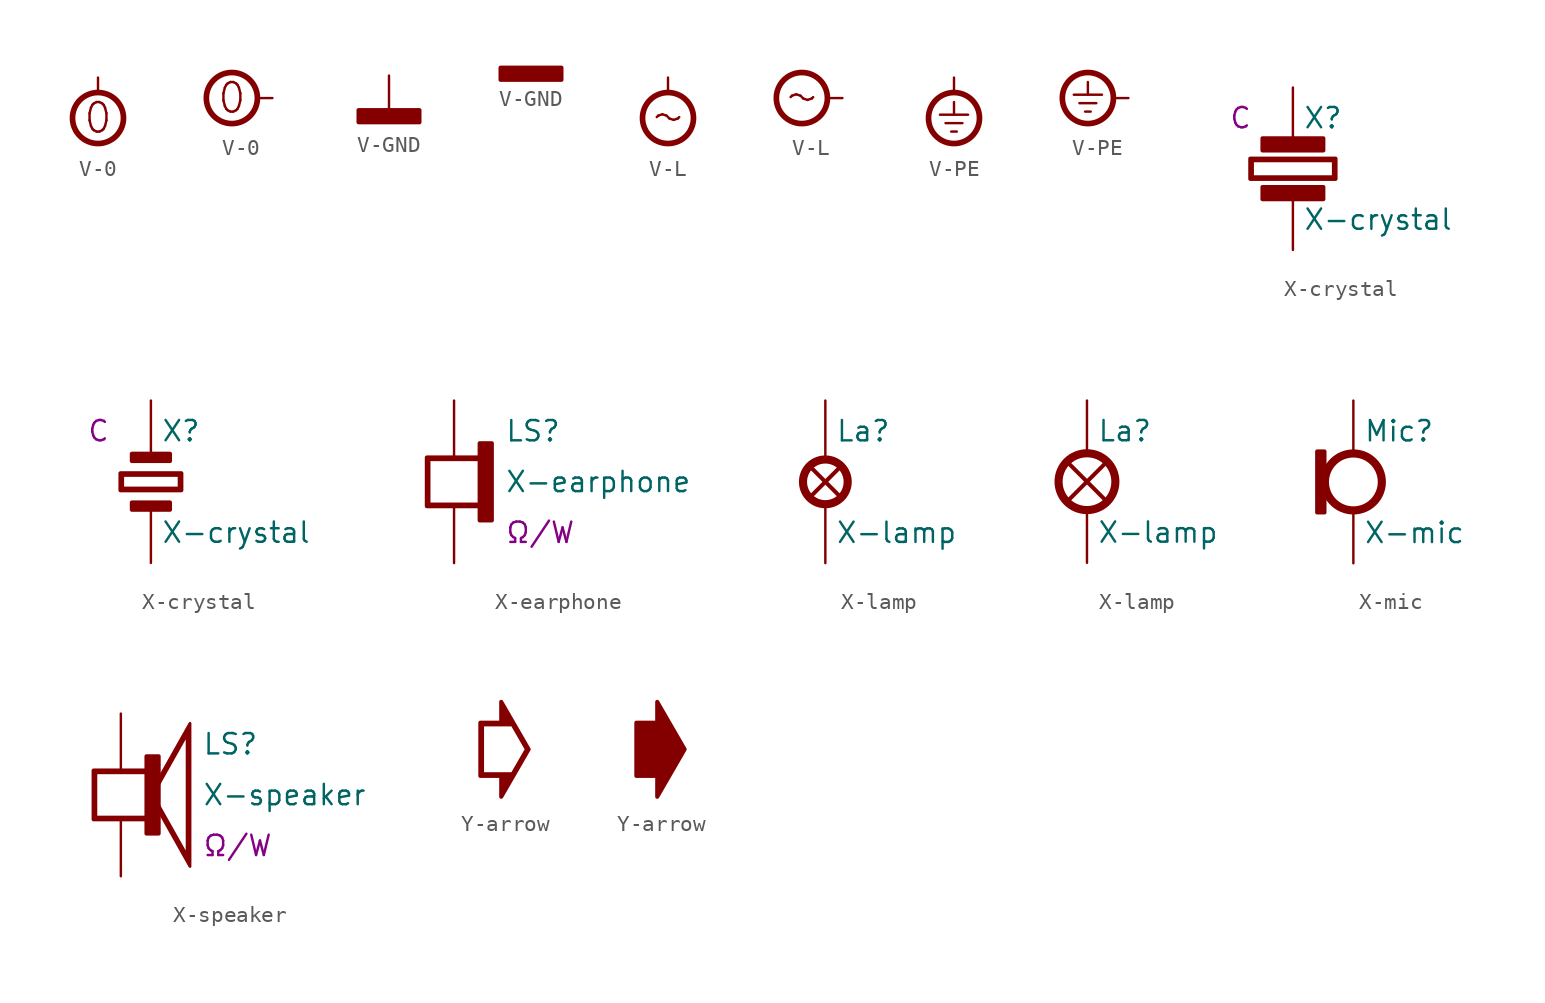
<source format=kicad_sym>
(kicad_symbol_lib
  (version 20220914)
  (generator kicad_symbol_editor)
  (symbol "V-0"
    (power)
    (pin_numbers hide)
    (pin_names
      (offset 1.27) hide)
    (property "Reference" "#PWR"
      (at 5.08 0 0)
      (effects (font (size 1.27 1.27)) (justify left) hide))
    (symbol "V-0_1_0"
      (pin power_in line (at 0 0 0) (length 0) hide (name "0" (effects (font (size 1.27 1.27)))) (number "0" (effects (font (size 0 0))))))
    (symbol "V-0_1_1"
      (circle (center 0 -2.54) (radius 1.6) (stroke (width 0.356) (type default)) (fill (type none)))
      (polyline (pts (xy 0 -0.889) (xy 0 0)) (stroke (width 0) (type default)) (fill (type none)))
      (text "0" (at 0 -2.54 0) (effects (font (size 1.854 1.854)))))
    (symbol "V-0_1_2"
      (circle (center -2.54 0) (radius 1.6) (stroke (width 0.356) (type default)) (fill (type none)))
      (polyline (pts (xy -0.889 0) (xy 0 0)) (stroke (width 0) (type default)) (fill (type none)))
      (text "0" (at -2.54 0 0) (effects (font (size 1.854 1.854))))))
  (symbol "V-GND"
    (power)
    (pin_numbers hide)
    (pin_names
      (offset 1.27) hide)
    (property "Reference" "#PWR"
      (at -2.54 -2.54 0)
      (effects (font (size 1.27 1.27)) (justify right) hide))
    (symbol "V-GND_1_1"
      (rectangle (start -1.905 -2.159) (end 1.905 -2.921) (stroke (width 0.254) (type default)) (fill (type outline)))
      (polyline (pts (xy 0 0) (xy 0 -2.159)) (stroke (width 0) (type default)) (fill (type none)))
      (pin power_in line (at 0 0 0) (length 0) hide (name "0" (effects (font (size 1.27 1.27)))) (number "0" (effects (font (size 0 0))))))
    (symbol "V-GND_1_2"
      (rectangle (start -1.905 0.381) (end 1.905 -0.381) (stroke (width 0.254) (type default)) (fill (type outline)))
      (pin power_in line (at 0 0 0) (length 0) hide (name "0" (effects (font (size 1.27 1.27)))) (number "0" (effects (font (size 0 0)))))))
  (symbol "V-L"
    (power)
    (pin_numbers hide)
    (pin_names
      (offset 1.27) hide)
    (property "Reference" "#PWR"
      (at 5.08 0 0)
      (effects (font (size 1.27 1.27)) (justify left) hide))
    (symbol "V-L_1_0"
      (pin power_in line (at 0 0 0) (length 0) hide (name "L" (effects (font (size 1.27 1.27)))) (number "0" (effects (font (size 0 0))))))
    (symbol "V-L_1_1"
      (circle (center 0 -2.54) (radius 1.6) (stroke (width 0.356) (type default)) (fill (type none)))
      (polyline (pts (xy 0 -0.889) (xy 0 0)) (stroke (width 0) (type default)) (fill (type none)))
      (text "∼" (at 0 -2.337 0) (effects (font (size 1.854 1.854)))))
    (symbol "V-L_1_2"
      (circle (center -2.54 0) (radius 1.6) (stroke (width 0.356) (type default)) (fill (type none)))
      (polyline (pts (xy -0.889 0) (xy 0 0)) (stroke (width 0) (type default)) (fill (type none)))
      (text "∼" (at -2.54 0.203 0) (effects (font (size 1.854 1.854))))))
  (symbol "V-PE"
    (power)
    (pin_numbers hide)
    (pin_names
      (offset 1.27) hide)
    (property "Reference" "#PWR"
      (at 5.08 0 0)
      (effects (font (size 1.27 1.27)) (justify left) hide))
    (symbol "V-PE_1_0"
      (pin power_in line (at 0 0 0) (length 0) hide (name "PE" (effects (font (size 1.27 1.27)))) (number "0" (effects (font (size 0 0))))))
    (symbol "V-PE_1_1"
      (circle (center 0 -2.54) (radius 1.6) (stroke (width 0.356) (type default)) (fill (type none)))
      (polyline (pts (xy 0 -0.889) (xy 0 0)) (stroke (width 0) (type default)) (fill (type none)))
      (text "⏚" (at 0 -2.54 0) (effects (font (size 1.854 1.854)))))
    (symbol "V-PE_1_2"
      (circle (center -2.54 0) (radius 1.6) (stroke (width 0.356) (type default)) (fill (type none)))
      (polyline (pts (xy -0.889 0) (xy 0 0)) (stroke (width 0) (type default)) (fill (type none)))
      (text "⏚" (at -2.54 0 0) (effects (font (size 1.854 1.854))))))
  (symbol "X-crystal"
    (pin_numbers hide)
    (pin_names
      (offset 0) hide)
    (property "Reference" "X"
      (at 0.635 3.175 0)
      (effects (font (size 1.27 1.27)) (justify left)))
    (property "Value" "X-crystal"
      (at 0.635 -3.175 0)
      (effects (font (size 1.27 1.27)) (justify left)))
    (property "Spice_Model" "C"
      (at -2.54 3.175 0)
      (effects (font (size 1.27 1.27)) (justify right)))
    (symbol "X-crystal_1_1"
      (rectangle (start -1.905 -1.143) (end 1.905 -1.905) (stroke (width 0.254) (type default)) (fill (type outline)))
      (rectangle (start -1.905 1.905) (end 1.905 1.143) (stroke (width 0.254) (type default)) (fill (type outline)))
      (polyline (pts (xy -2.667 -0.635) (xy 2.667 -0.635) (xy 2.667 0.635) (xy -2.667 0.635) (xy -2.667 -0.635) (xy -2.565 -0.533) (xy -2.565 0.533) (xy 2.565 0.533) (xy 2.565 -0.533) (xy -2.565 -0.533) (xy -2.667 -0.635)) (stroke (width 0.254) (type default)) (fill (type outline)))
      (pin passive line (at 0 5.08 270) (length 3.175) (name "+" (effects (font (size 1.27 1.27)))) (number "1" (effects (font (size 1.27 1.27)))))
      (pin passive line (at 0 -5.08 90) (length 3.175) (name "-" (effects (font (size 1.27 1.27)))) (number "2" (effects (font (size 1.27 1.27))))))
    (symbol "X-crystal_1_2"
      (rectangle (start -1.194 -1.295) (end 1.194 -1.753) (stroke (width 0.254) (type default)) (fill (type outline)))
      (rectangle (start -1.194 1.753) (end 1.194 1.295) (stroke (width 0.254) (type default)) (fill (type outline)))
      (polyline (pts (xy -1.905 -0.533) (xy 1.905 -0.533) (xy 1.905 0.533) (xy -1.905 0.533) (xy -1.905 -0.533) (xy -1.803 -0.432) (xy -1.803 0.432) (xy 1.803 0.432) (xy 1.803 -0.432) (xy -1.803 -0.432) (xy -1.905 -0.533)) (stroke (width 0.254) (type default)) (fill (type outline)))
      (pin passive line (at 0 5.08 270) (length 3.327) (name "+" (effects (font (size 1.27 1.27)))) (number "1" (effects (font (size 1.27 1.27)))))
      (pin passive line (at 0 -5.08 90) (length 3.327) (name "-" (effects (font (size 1.27 1.27)))) (number "2" (effects (font (size 1.27 1.27)))))))
  (symbol "X-earphone"
    (pin_numbers hide)
    (pin_names
      (offset 0) hide)
    (property "Reference" "LS"
      (at 3.175 3.175 0)
      (effects (font (size 1.27 1.27)) (justify left)))
    (property "Value" "X-earphone"
      (at 3.175 0 0)
      (effects (font (size 1.27 1.27)) (justify left)))
    (property "Rating" "Ω/W"
      (at 3.175 -3.175 0)
      (effects (font (size 1.27 1.27)) (justify left)))
    (symbol "X-earphone_1_0"
      (polyline (pts (xy 1.6 1.524) (xy -1.702 1.524) (xy -1.702 -1.524) (xy 1.6 -1.524) (xy 1.6 -2.413) (xy 2.362 -2.413) (xy 2.362 2.413) (xy 1.6 2.413) (xy 1.6 -1.422) (xy -1.6 -1.422) (xy -1.6 1.422) (xy 1.6 1.422) (xy 1.6 1.524)) (stroke (width 0.254) (type default)) (fill (type outline)))
      (pin passive line (at 0 5.08 270) (length 3.556) (name "+" (effects (font (size 1.27 1.27)))) (number "1" (effects (font (size 1.27 1.27)))))
      (pin passive line (at 0 -5.08 90) (length 3.556) (name "-" (effects (font (size 1.27 1.27)))) (number "2" (effects (font (size 1.27 1.27)))))))
  (symbol "X-lamp"
    (pin_numbers hide)
    (pin_names
      (offset 0) hide)
    (property "Reference" "La"
      (at 0.635 3.175 0)
      (effects (font (size 1.27 1.27)) (justify left)))
    (property "Value" "X-lamp"
      (at 0.635 -3.175 0)
      (effects (font (size 1.27 1.27)) (justify left)))
    (symbol "X-lamp_1_1"
      (polyline (pts (xy -0.889 -0.889) (xy 0.889 0.889)) (stroke (width 0.254) (type default)) (fill (type none)))
      (polyline (pts (xy -0.889 0.889) (xy 0.889 -0.889)) (stroke (width 0.254) (type default)) (fill (type none)))
      (circle (center 0 0) (radius 1.397) (stroke (width 0.508) (type default)) (fill (type none)))
      (pin passive line (at 0 5.08 270) (length 3.556) (name "+" (effects (font (size 1.27 1.27)))) (number "1" (effects (font (size 1.27 1.27)))))
      (pin passive line (at 0 -5.08 90) (length 3.556) (name "-" (effects (font (size 1.27 1.27)))) (number "2" (effects (font (size 1.27 1.27))))))
    (symbol "X-lamp_1_2"
      (polyline (pts (xy -1.168 -1.168) (xy 1.168 1.168)) (stroke (width 0.254) (type default)) (fill (type none)))
      (polyline (pts (xy -1.168 1.168) (xy 1.168 -1.168)) (stroke (width 0.254) (type default)) (fill (type none)))
      (circle (center 0 0) (radius 1.778) (stroke (width 0.508) (type default)) (fill (type none)))
      (pin passive line (at 0 5.08 270) (length 3.175) (name "+" (effects (font (size 1.27 1.27)))) (number "1" (effects (font (size 1.27 1.27)))))
      (pin passive line (at 0 -5.08 90) (length 3.175) (name "-" (effects (font (size 1.27 1.27)))) (number "2" (effects (font (size 1.27 1.27))))))
    (symbol "X-lamp_1_3"
      (polyline (pts (xy -1.702 -1.702) (xy 1.702 1.702)) (stroke (width 0.254) (type default)) (fill (type none)))
      (polyline (pts (xy -1.702 1.702) (xy 1.702 -1.702)) (stroke (width 0.254) (type default)) (fill (type none)))
      (circle (center 0 0) (radius 2.54) (stroke (width 0.508) (type default)) (fill (type none)))
      (pin passive line (at 0 5.08 270) (length 2.413) (name "+" (effects (font (size 1.27 1.27)))) (number "1" (effects (font (size 1.27 1.27)))))
      (pin passive line (at 0 -5.08 90) (length 2.413) (name "-" (effects (font (size 1.27 1.27)))) (number "2" (effects (font (size 1.27 1.27)))))))
  (symbol "X-mic"
    (pin_numbers hide)
    (pin_names
      (offset 0) hide)
    (property "Reference" "Mic"
      (at 0.635 3.175 0)
      (effects (font (size 1.27 1.27)) (justify left)))
    (property "Value" "X-mic"
      (at 0.635 -3.175 0)
      (effects (font (size 1.27 1.27)) (justify left)))
    (symbol "X-mic_1_0"
      (rectangle (start -2.261 1.905) (end -1.803 -1.905) (stroke (width 0.254) (type default)) (fill (type outline)))
      (circle (center 0 0) (radius 1.778) (stroke (width 0.508) (type default)) (fill (type none)))
      (pin passive line (at 0 5.08 270) (length 3.175) (name "+" (effects (font (size 1.27 1.27)))) (number "1" (effects (font (size 1.27 1.27)))))
      (pin passive line (at 0 -5.08 90) (length 3.175) (name "-" (effects (font (size 1.27 1.27)))) (number "2" (effects (font (size 1.27 1.27)))))))
  (symbol "X-speaker"
    (pin_numbers hide)
    (pin_names
      (offset 0) hide)
    (property "Reference" "LS"
      (at 5.08 3.175 0)
      (effects (font (size 1.27 1.27)) (justify left)))
    (property "Value" "X-speaker"
      (at 5.08 0 0)
      (effects (font (size 1.27 1.27)) (justify left)))
    (property "Rating" "Ω/W"
      (at 5.08 -3.175 0)
      (effects (font (size 1.27 1.27)) (justify left)))
    (symbol "X-speaker_1_0"
      (polyline (pts (xy 1.803 0) (xy 4.318 -4.47) (xy 4.318 4.47) (xy 1.803 0) (xy 2.083 0.152) (xy 4.14 3.81) (xy 4.14 -3.81) (xy 2.083 -0.152) (xy 2.083 0.152) (xy 1.803 0)) (stroke (width 0.178) (type default)) (fill (type outline)))
      (polyline (pts (xy 1.6 1.524) (xy -1.702 1.524) (xy -1.702 -1.524) (xy 1.6 -1.524) (xy 1.6 -2.413) (xy 2.362 -2.413) (xy 2.362 2.413) (xy 1.6 2.413) (xy 1.6 -1.422) (xy -1.6 -1.422) (xy -1.6 1.422) (xy 1.6 1.422) (xy 1.6 1.524)) (stroke (width 0.254) (type default)) (fill (type outline)))
      (pin passive line (at 0 5.08 270) (length 3.556) (name "+" (effects (font (size 1.27 1.27)))) (number "1" (effects (font (size 1.27 1.27)))))
      (pin passive line (at 0 -5.08 90) (length 3.556) (name "-" (effects (font (size 1.27 1.27)))) (number "2" (effects (font (size 1.27 1.27)))))))
  (symbol "Y-arrow"
    (pin_numbers hide)
    (pin_names
      (offset 0) hide)
    (property "Reference" "#SYM"
      (at 0 0 0)
      (effects (font (size 0 0)) hide))
    (symbol "Y-arrow_1_1"
      (polyline (pts (xy 1.499 0) (xy -0.203 -2.946) (xy -0.203 -1.651) (xy -1.499 -1.651) (xy -1.499 1.651) (xy -0.203 1.651) (xy -0.203 2.946) (xy 1.499 0) (xy 1.397 0) (xy 0.356 1.803) (xy 0.483 1.549) (xy -1.397 1.549) (xy -1.397 -1.549) (xy 0.483 -1.549) (xy 0.356 -1.803) (xy 1.397 0) (xy 1.499 0)) (stroke (width 0.254) (type default)) (fill (type outline))))
    (symbol "Y-arrow_1_2"
      (polyline (pts (xy 1.499 0) (xy -0.203 -2.946) (xy -0.203 -1.651) (xy -1.499 -1.651) (xy -1.499 1.651) (xy -0.203 1.651) (xy -0.203 2.946) (xy 1.499 0)) (stroke (width 0.254) (type default)) (fill (type outline))))
    (symbol "Y-arrow_1_3"
      (polyline (pts (xy 0.762 0) (xy -0.762 -0.889) (xy -0.762 0.889) (xy 0.762 0)) (stroke (width 0) (type default)) (fill (type outline))))))
</source>
